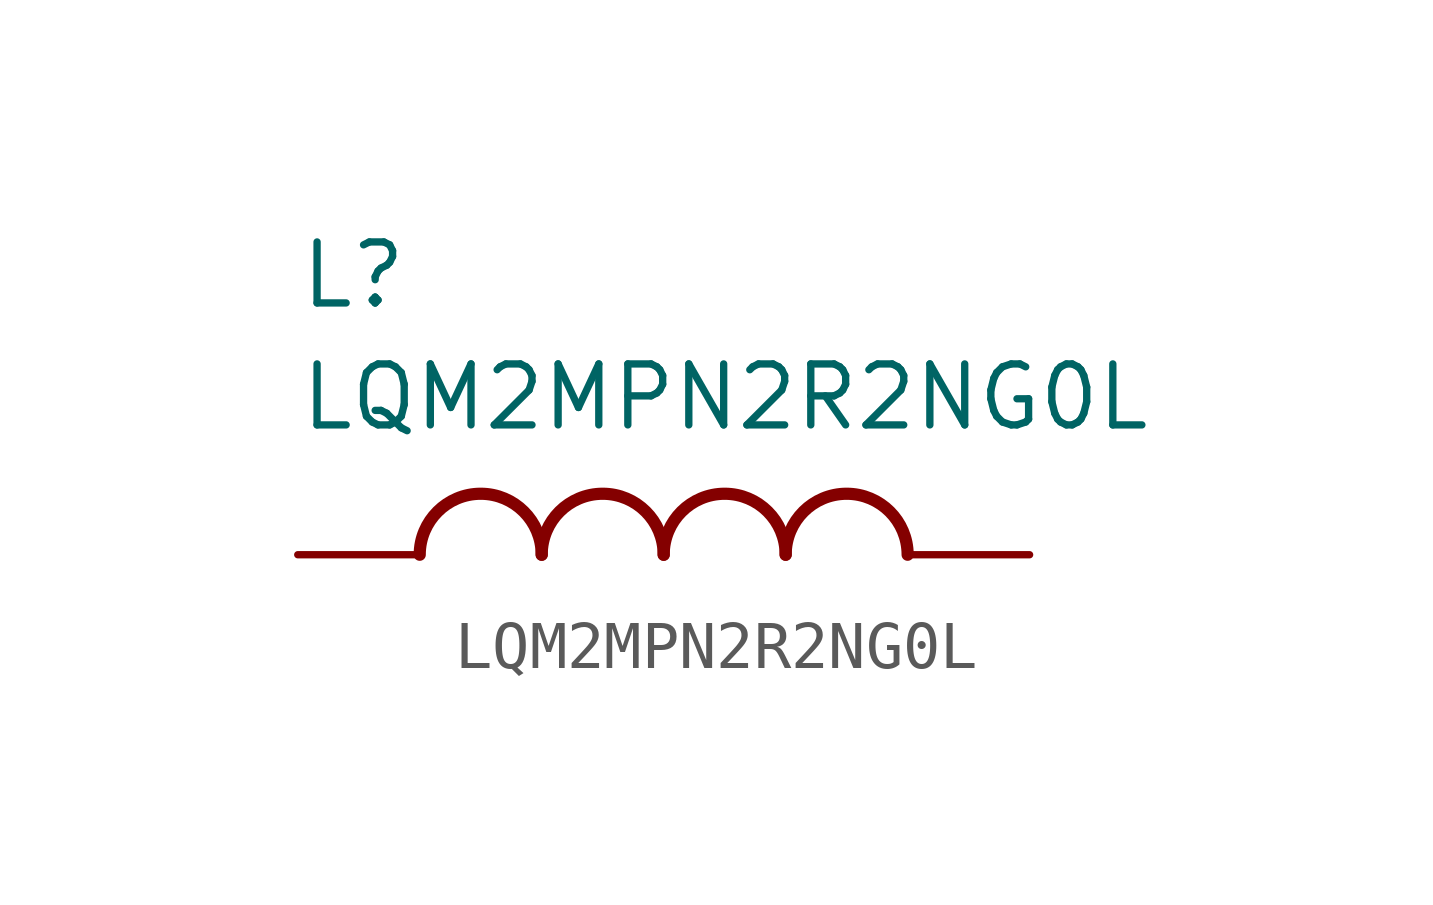
<source format=kicad_sym>
(kicad_symbol_lib
  (version 20211014)
  (generator kicad_symbol_editor)
  (symbol "LQM2MPN2R2NG0L"
    (pin_numbers hide)
    (pin_names
      (offset 1.016) hide)
    (property "Reference" "L"
      (at -7.62 5.08 0)
      (effects (font (size 1.27 1.27)) (justify left bottom)))
    (property "Value" "LQM2MPN2R2NG0L"
      (at -7.62 2.54 0)
      (effects (font (size 1.27 1.27)) (justify left bottom)))
    (property "ki_locked" ""
      (at 0 0 0)
      (effects (font (size 1.27 1.27))))
    (symbol "LQM2MPN2R2NG0L_0_0"
      (arc (start -2.54 0) (mid -3.81 1.27) (end -5.08 0) (stroke (width 0.254) (type default) (color 0 0 0 0)) (fill (type none)))
      (arc (start 0 0) (mid -1.27 1.27) (end -2.54 0) (stroke (width 0.254) (type default) (color 0 0 0 0)) (fill (type none)))
      (arc (start 2.54 0) (mid 1.27 1.27) (end 0 0) (stroke (width 0.254) (type default) (color 0 0 0 0)) (fill (type none)))
      (arc (start 5.08 0) (mid 3.81 1.27) (end 2.54 0) (stroke (width 0.254) (type default) (color 0 0 0 0)) (fill (type none)))
      (pin passive line (at -7.62 0 0) (length 2.54) (name "~" (effects (font (size 1.016 1.016)))) (number "1" (effects (font (size 1.016 1.016)))))
      (pin passive line (at 7.62 0 180) (length 2.54) (name "~" (effects (font (size 1.016 1.016)))) (number "2" (effects (font (size 1.016 1.016))))))))
</source>
